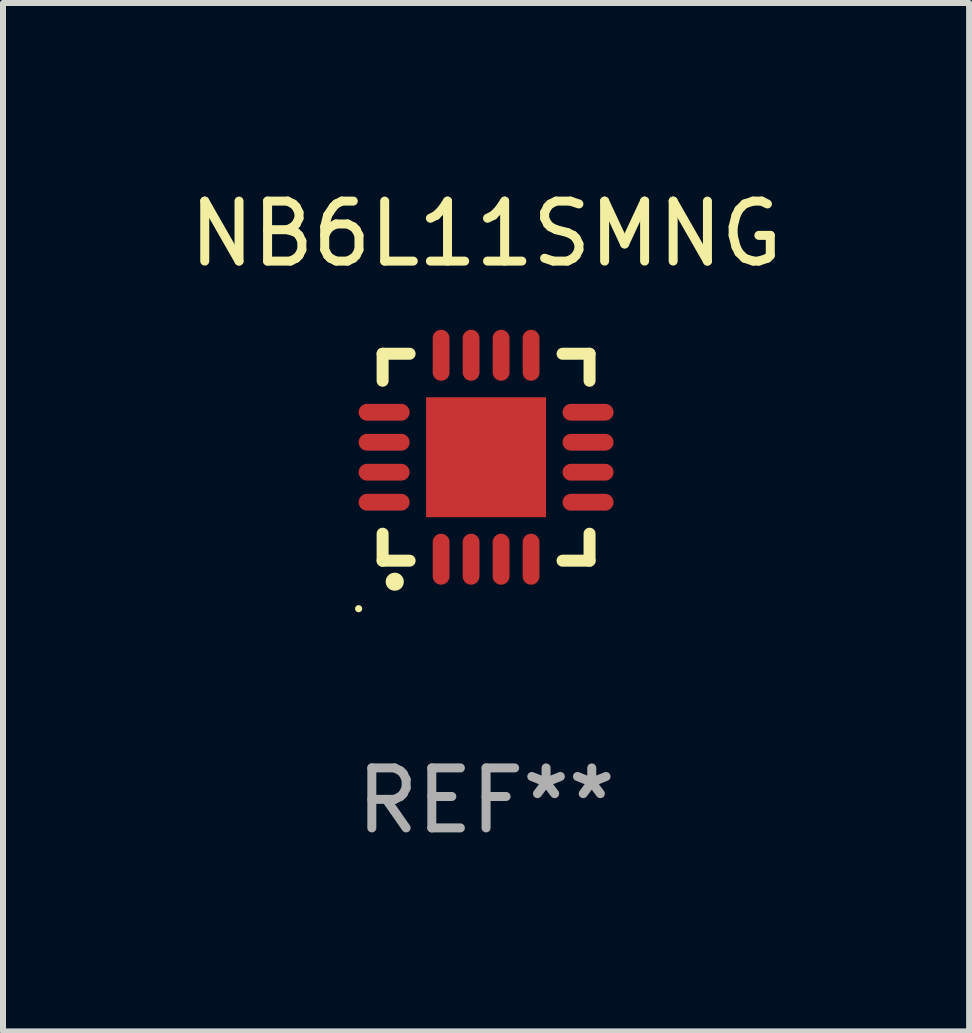
<source format=kicad_pcb>
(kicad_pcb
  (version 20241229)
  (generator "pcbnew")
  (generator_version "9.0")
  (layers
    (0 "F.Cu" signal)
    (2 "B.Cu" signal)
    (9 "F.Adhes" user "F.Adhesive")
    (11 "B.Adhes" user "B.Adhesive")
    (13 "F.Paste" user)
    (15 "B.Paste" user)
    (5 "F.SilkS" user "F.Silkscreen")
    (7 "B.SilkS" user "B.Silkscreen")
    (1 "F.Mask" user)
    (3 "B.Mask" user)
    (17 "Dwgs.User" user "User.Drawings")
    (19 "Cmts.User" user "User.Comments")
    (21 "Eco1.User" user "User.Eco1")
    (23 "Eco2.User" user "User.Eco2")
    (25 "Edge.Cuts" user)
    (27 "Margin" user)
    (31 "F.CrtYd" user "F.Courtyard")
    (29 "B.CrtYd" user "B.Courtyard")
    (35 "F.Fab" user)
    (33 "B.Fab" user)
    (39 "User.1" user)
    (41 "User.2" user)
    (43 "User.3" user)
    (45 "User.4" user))
  (footprint "NB6L11SMNG"
    (layer "F.Cu")
    (at 5.054 4.573)
    (property "Reference" "NB6L11SMNG" (at 0 -3.725 0) (layer "F.SilkS") (effects (font (size 1 1) (thickness 0.15))))
    (attr through_hole)
    (fp_line (start -1.725 -1.725) (end -1.275 -1.725) (stroke (width 0.2) (type solid)) (layer "F.SilkS"))
    (fp_line (start -1.725 -1.275) (end -1.725 -1.725) (stroke (width 0.2) (type solid)) (layer "F.SilkS"))
    (fp_line (start -1.725 1.725) (end -1.725 1.275) (stroke (width 0.2) (type solid)) (layer "F.SilkS"))
    (fp_line (start -1.275 1.725) (end -1.725 1.725) (stroke (width 0.2) (type solid)) (layer "F.SilkS"))
    (fp_line (start 1.725 -1.725) (end 1.275 -1.725) (stroke (width 0.2) (type solid)) (layer "F.SilkS"))
    (fp_line (start 1.725 -1.275) (end 1.725 -1.725) (stroke (width 0.2) (type solid)) (layer "F.SilkS"))
    (fp_line (start 1.725 1.275) (end 1.725 1.725) (stroke (width 0.2) (type solid)) (layer "F.SilkS"))
    (fp_line (start 1.725 1.725) (end 1.275 1.725) (stroke (width 0.2) (type solid)) (layer "F.SilkS"))
    (fp_arc (start -1.524003 2.075184) (mid -1.522733 2.075179) (end -1.521463 2.075184) (stroke (width 0.3) (type solid)) (layer "F.SilkS"))
    (fp_circle (center -2.125 2.525) (end -2.095 2.525) (stroke (width 0.06) (type solid)) (fill no) (layer "F.SilkS"))
    (fp_text user "REF**" (at 0 5.725 0) (layer "F.Fab") (effects (font (size 1 1) (thickness 0.15))))
    (pad "1" smd oval (at -0.75 1.7 180) (size 0.28 0.85) (layers "F.Cu" "F.Mask" "F.Paste"))
    (pad "2" smd oval (at -0.25 1.7 180) (size 0.28 0.85) (layers "F.Cu" "F.Mask" "F.Paste"))
    (pad "3" smd oval (at 0.25 1.7 180) (size 0.28 0.85) (layers "F.Cu" "F.Mask" "F.Paste"))
    (pad "4" smd oval (at 0.75 1.7 180) (size 0.28 0.85) (layers "F.Cu" "F.Mask" "F.Paste"))
    (pad "5" smd oval (at 1.7 0.75 90) (size 0.28 0.85) (layers "F.Cu" "F.Mask" "F.Paste"))
    (pad "6" smd oval (at 1.7 0.25 90) (size 0.28 0.85) (layers "F.Cu" "F.Mask" "F.Paste"))
    (pad "7" smd oval (at 1.7 -0.25 90) (size 0.28 0.85) (layers "F.Cu" "F.Mask" "F.Paste"))
    (pad "8" smd oval (at 1.7 -0.75 90) (size 0.28 0.85) (layers "F.Cu" "F.Mask" "F.Paste"))
    (pad "9" smd oval (at 0.75 -1.7 180) (size 0.28 0.85) (layers "F.Cu" "F.Mask" "F.Paste"))
    (pad "10" smd oval (at 0.25 -1.7 180) (size 0.28 0.85) (layers "F.Cu" "F.Mask" "F.Paste"))
    (pad "11" smd oval (at -0.25 -1.7 180) (size 0.28 0.85) (layers "F.Cu" "F.Mask" "F.Paste"))
    (pad "12" smd oval (at -0.75 -1.7 180) (size 0.28 0.85) (layers "F.Cu" "F.Mask" "F.Paste"))
    (pad "13" smd oval (at -1.7 -0.75 90) (size 0.28 0.85) (layers "F.Cu" "F.Mask" "F.Paste"))
    (pad "14" smd oval (at -1.7 -0.25 90) (size 0.28 0.85) (layers "F.Cu" "F.Mask" "F.Paste"))
    (pad "15" smd oval (at -1.7 0.25 90) (size 0.28 0.85) (layers "F.Cu" "F.Mask" "F.Paste"))
    (pad "16" smd oval (at -1.7 0.75 90) (size 0.28 0.85) (layers "F.Cu" "F.Mask" "F.Paste"))
    (pad "17" smd rect (at 0 0 90) (size 2 2) (layers "F.Cu" "F.Mask" "F.Paste")))
  (gr_rect
    (start -3 -3)
    (end 13.107 14.146)
    (stroke (width 0.1) (type default))
    (fill no)
    (layer "Edge.Cuts")))
</source>
